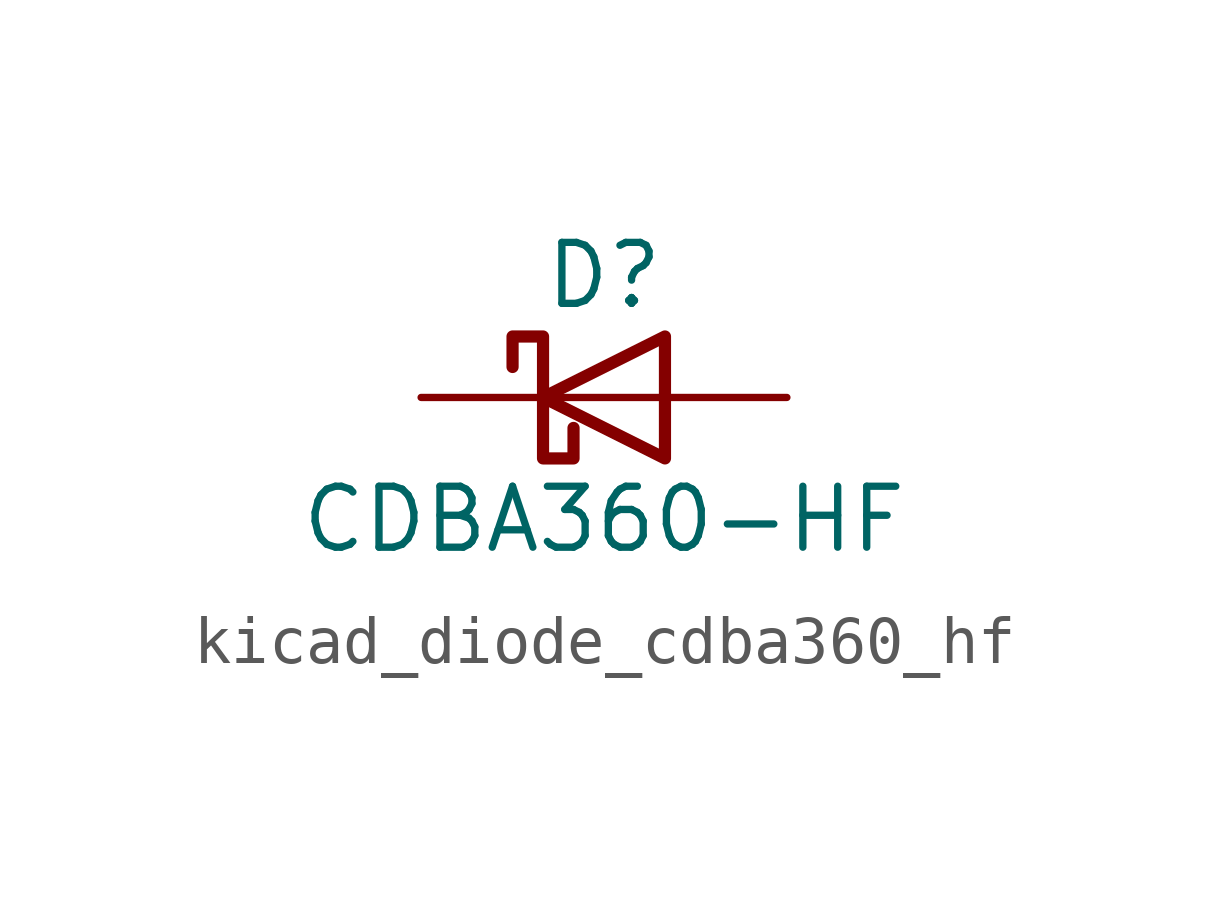
<source format=kicad_sym>
(kicad_symbol_lib
  (version 20220914)
  (generator kicad_symbol_editor)
  (symbol "kicad_diode_cdba360_hf"
    (pin_numbers hide)
    (pin_names hide)
    (property "Reference" "D"
      (at 0 2.54 0)
      (effects (font (size 1.27 1.27))))
    (property "Value" "CDBA360-HF"
      (at 0 -2.54 0)
      (effects (font (size 1.27 1.27))))
    (symbol "kicad_diode_cdba360_hf_0_1"
      (polyline (pts (xy 1.27 0) (xy -1.27 0)) (stroke (width 0) (type default)) (fill (type none)))
      (polyline (pts (xy 1.27 1.27) (xy 1.27 -1.27) (xy -1.27 0) (xy 1.27 1.27)) (stroke (width 0.254) (type default)) (fill (type none)))
      (polyline (pts (xy -1.905 0.635) (xy -1.905 1.27) (xy -1.27 1.27) (xy -1.27 -1.27) (xy -0.635 -1.27) (xy -0.635 -0.635)) (stroke (width 0.254) (type default)) (fill (type none))))
    (symbol "kicad_diode_cdba360_hf_1_1"
      (pin passive line (at -3.81 0 0) (length 2.54) (name "K" (effects (font (size 1.27 1.27)))) (number "1" (effects (font (size 1.27 1.27)))))
      (pin passive line (at 3.81 0 180) (length 2.54) (name "A" (effects (font (size 1.27 1.27)))) (number "2" (effects (font (size 1.27 1.27))))))))
</source>
